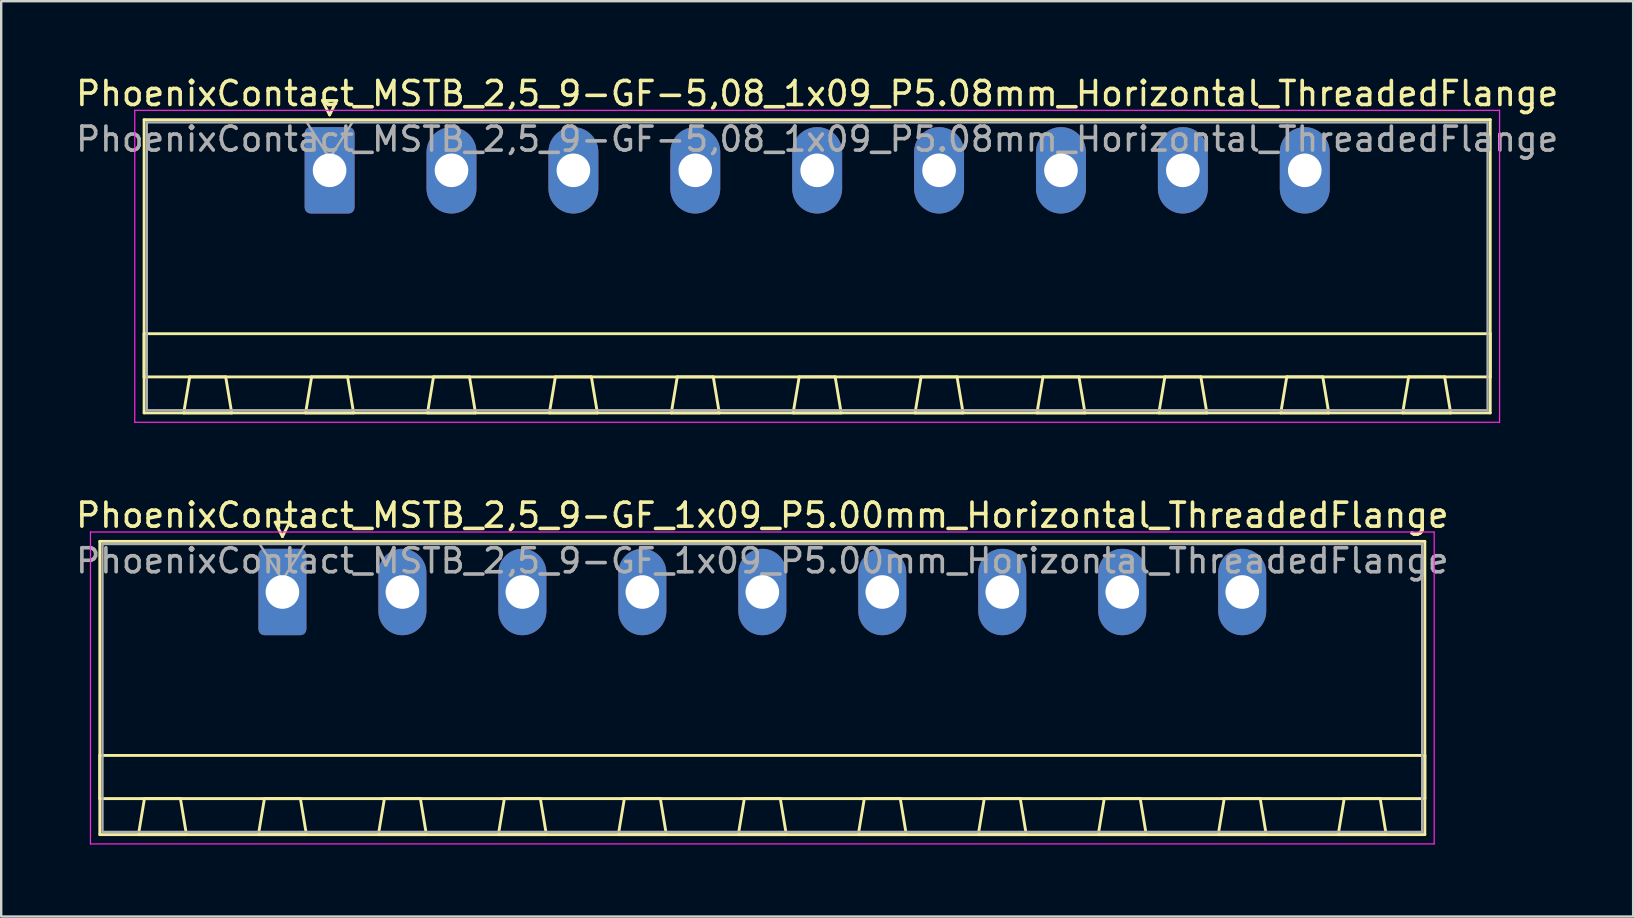
<source format=kicad_pcb>
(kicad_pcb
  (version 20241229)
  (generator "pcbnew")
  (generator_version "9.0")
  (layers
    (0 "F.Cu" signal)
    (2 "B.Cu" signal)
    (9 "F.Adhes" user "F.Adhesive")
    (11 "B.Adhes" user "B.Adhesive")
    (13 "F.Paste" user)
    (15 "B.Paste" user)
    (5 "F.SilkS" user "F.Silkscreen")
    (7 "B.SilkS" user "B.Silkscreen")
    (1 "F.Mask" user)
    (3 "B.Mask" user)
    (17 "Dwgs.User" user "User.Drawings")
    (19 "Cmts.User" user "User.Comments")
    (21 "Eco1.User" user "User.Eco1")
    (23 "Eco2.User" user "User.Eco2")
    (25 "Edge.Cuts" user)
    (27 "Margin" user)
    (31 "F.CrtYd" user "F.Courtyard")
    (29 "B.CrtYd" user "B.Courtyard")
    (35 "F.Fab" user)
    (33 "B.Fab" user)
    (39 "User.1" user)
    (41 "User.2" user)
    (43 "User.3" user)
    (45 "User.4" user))
  (footprint "PhoenixContact_MSTB_2,5_9-GF_1x09_P5.00mm_Horizontal_ThreadedFlange"
    (layer "F.Cu")
    (at 8.72 21.622)
    (property "Reference" "PhoenixContact_MSTB_2,5_9-GF_1x09_P5.00mm_Horizontal_ThreadedFlange" (at 20 -3.2 0) (layer "F.SilkS") (effects (font (size 1 1) (thickness 0.15))))
    (attr through_hole)
    (fp_line (start -7.61 -2.11) (end -7.61 10.11) (stroke (width 0.12) (type solid)) (layer "F.SilkS"))
    (fp_line (start -7.61 6.81) (end 47.61 6.81) (stroke (width 0.12) (type solid)) (layer "F.SilkS"))
    (fp_line (start -7.61 8.61) (end -7.61 6.81) (stroke (width 0.12) (type solid)) (layer "F.SilkS"))
    (fp_line (start -7.61 10.11) (end 47.61 10.11) (stroke (width 0.12) (type solid)) (layer "F.SilkS"))
    (fp_line (start -6 10.11) (end -4 10.11) (stroke (width 0.12) (type solid)) (layer "F.SilkS"))
    (fp_line (start -5.75 8.61) (end -6 10.11) (stroke (width 0.12) (type solid)) (layer "F.SilkS"))
    (fp_line (start -4.25 8.61) (end -5.75 8.61) (stroke (width 0.12) (type solid)) (layer "F.SilkS"))
    (fp_line (start -4 10.11) (end -4.25 8.61) (stroke (width 0.12) (type solid)) (layer "F.SilkS"))
    (fp_line (start -1 10.11) (end 1 10.11) (stroke (width 0.12) (type solid)) (layer "F.SilkS"))
    (fp_line (start -0.75 8.61) (end -1 10.11) (stroke (width 0.12) (type solid)) (layer "F.SilkS"))
    (fp_line (start -0.3 -2.91) (end 0.3 -2.91) (stroke (width 0.12) (type solid)) (layer "F.SilkS"))
    (fp_line (start 0 -2.31) (end -0.3 -2.91) (stroke (width 0.12) (type solid)) (layer "F.SilkS"))
    (fp_line (start 0.3 -2.91) (end 0 -2.31) (stroke (width 0.12) (type solid)) (layer "F.SilkS"))
    (fp_line (start 0.75 8.61) (end -0.75 8.61) (stroke (width 0.12) (type solid)) (layer "F.SilkS"))
    (fp_line (start 1 10.11) (end 0.75 8.61) (stroke (width 0.12) (type solid)) (layer "F.SilkS"))
    (fp_line (start 4 10.11) (end 6 10.11) (stroke (width 0.12) (type solid)) (layer "F.SilkS"))
    (fp_line (start 4.25 8.61) (end 4 10.11) (stroke (width 0.12) (type solid)) (layer "F.SilkS"))
    (fp_line (start 5.75 8.61) (end 4.25 8.61) (stroke (width 0.12) (type solid)) (layer "F.SilkS"))
    (fp_line (start 6 10.11) (end 5.75 8.61) (stroke (width 0.12) (type solid)) (layer "F.SilkS"))
    (fp_line (start 9 10.11) (end 11 10.11) (stroke (width 0.12) (type solid)) (layer "F.SilkS"))
    (fp_line (start 9.25 8.61) (end 9 10.11) (stroke (width 0.12) (type solid)) (layer "F.SilkS"))
    (fp_line (start 10.75 8.61) (end 9.25 8.61) (stroke (width 0.12) (type solid)) (layer "F.SilkS"))
    (fp_line (start 11 10.11) (end 10.75 8.61) (stroke (width 0.12) (type solid)) (layer "F.SilkS"))
    (fp_line (start 14 10.11) (end 16 10.11) (stroke (width 0.12) (type solid)) (layer "F.SilkS"))
    (fp_line (start 14.25 8.61) (end 14 10.11) (stroke (width 0.12) (type solid)) (layer "F.SilkS"))
    (fp_line (start 15.75 8.61) (end 14.25 8.61) (stroke (width 0.12) (type solid)) (layer "F.SilkS"))
    (fp_line (start 16 10.11) (end 15.75 8.61) (stroke (width 0.12) (type solid)) (layer "F.SilkS"))
    (fp_line (start 19 10.11) (end 21 10.11) (stroke (width 0.12) (type solid)) (layer "F.SilkS"))
    (fp_line (start 19.25 8.61) (end 19 10.11) (stroke (width 0.12) (type solid)) (layer "F.SilkS"))
    (fp_line (start 20.75 8.61) (end 19.25 8.61) (stroke (width 0.12) (type solid)) (layer "F.SilkS"))
    (fp_line (start 21 10.11) (end 20.75 8.61) (stroke (width 0.12) (type solid)) (layer "F.SilkS"))
    (fp_line (start 24 10.11) (end 26 10.11) (stroke (width 0.12) (type solid)) (layer "F.SilkS"))
    (fp_line (start 24.25 8.61) (end 24 10.11) (stroke (width 0.12) (type solid)) (layer "F.SilkS"))
    (fp_line (start 25.75 8.61) (end 24.25 8.61) (stroke (width 0.12) (type solid)) (layer "F.SilkS"))
    (fp_line (start 26 10.11) (end 25.75 8.61) (stroke (width 0.12) (type solid)) (layer "F.SilkS"))
    (fp_line (start 29 10.11) (end 31 10.11) (stroke (width 0.12) (type solid)) (layer "F.SilkS"))
    (fp_line (start 29.25 8.61) (end 29 10.11) (stroke (width 0.12) (type solid)) (layer "F.SilkS"))
    (fp_line (start 30.75 8.61) (end 29.25 8.61) (stroke (width 0.12) (type solid)) (layer "F.SilkS"))
    (fp_line (start 31 10.11) (end 30.75 8.61) (stroke (width 0.12) (type solid)) (layer "F.SilkS"))
    (fp_line (start 34 10.11) (end 36 10.11) (stroke (width 0.12) (type solid)) (layer "F.SilkS"))
    (fp_line (start 34.25 8.61) (end 34 10.11) (stroke (width 0.12) (type solid)) (layer "F.SilkS"))
    (fp_line (start 35.75 8.61) (end 34.25 8.61) (stroke (width 0.12) (type solid)) (layer "F.SilkS"))
    (fp_line (start 36 10.11) (end 35.75 8.61) (stroke (width 0.12) (type solid)) (layer "F.SilkS"))
    (fp_line (start 39 10.11) (end 41 10.11) (stroke (width 0.12) (type solid)) (layer "F.SilkS"))
    (fp_line (start 39.25 8.61) (end 39 10.11) (stroke (width 0.12) (type solid)) (layer "F.SilkS"))
    (fp_line (start 40.75 8.61) (end 39.25 8.61) (stroke (width 0.12) (type solid)) (layer "F.SilkS"))
    (fp_line (start 41 10.11) (end 40.75 8.61) (stroke (width 0.12) (type solid)) (layer "F.SilkS"))
    (fp_line (start 44 10.11) (end 46 10.11) (stroke (width 0.12) (type solid)) (layer "F.SilkS"))
    (fp_line (start 44.25 8.61) (end 44 10.11) (stroke (width 0.12) (type solid)) (layer "F.SilkS"))
    (fp_line (start 45.75 8.61) (end 44.25 8.61) (stroke (width 0.12) (type solid)) (layer "F.SilkS"))
    (fp_line (start 46 10.11) (end 45.75 8.61) (stroke (width 0.12) (type solid)) (layer "F.SilkS"))
    (fp_line (start 47.61 -2.11) (end -7.61 -2.11) (stroke (width 0.12) (type solid)) (layer "F.SilkS"))
    (fp_line (start 47.61 6.81) (end 47.61 8.61) (stroke (width 0.12) (type solid)) (layer "F.SilkS"))
    (fp_line (start 47.61 8.61) (end -7.61 8.61) (stroke (width 0.12) (type solid)) (layer "F.SilkS"))
    (fp_line (start 47.61 10.11) (end 47.61 -2.11) (stroke (width 0.12) (type solid)) (layer "F.SilkS"))
    (fp_line (start -8 -2.5) (end -8 10.5) (stroke (width 0.05) (type solid)) (layer "F.CrtYd"))
    (fp_line (start -8 10.5) (end 48 10.5) (stroke (width 0.05) (type solid)) (layer "F.CrtYd"))
    (fp_line (start 48 -2.5) (end -8 -2.5) (stroke (width 0.05) (type solid)) (layer "F.CrtYd"))
    (fp_line (start 48 10.5) (end 48 -2.5) (stroke (width 0.05) (type solid)) (layer "F.CrtYd"))
    (fp_line (start -7.5 -2) (end -7.5 10) (stroke (width 0.1) (type solid)) (layer "F.Fab"))
    (fp_line (start -7.5 10) (end 47.5 10) (stroke (width 0.1) (type solid)) (layer "F.Fab"))
    (fp_line (start 0 -0.5) (end -0.95 -2) (stroke (width 0.1) (type solid)) (layer "F.Fab"))
    (fp_line (start 0.95 -2) (end 0 -0.5) (stroke (width 0.1) (type solid)) (layer "F.Fab"))
    (fp_line (start 47.5 -2) (end -7.5 -2) (stroke (width 0.1) (type solid)) (layer "F.Fab"))
    (fp_line (start 47.5 10) (end 47.5 -2) (stroke (width 0.1) (type solid)) (layer "F.Fab"))
    (fp_text user "${REFERENCE}" (at 20 -1.3 0) (layer "F.Fab") (effects (font (size 1 1) (thickness 0.15))))
    (pad "1" thru_hole roundrect (at 0 0) (size 2 3.6) (drill 1.4) (layers "*.Cu" "*.Mask") (roundrect_rratio 0.125))
    (pad "2" thru_hole oval (at 5 0) (size 2 3.6) (drill 1.4) (layers "*.Cu" "*.Mask"))
    (pad "3" thru_hole oval (at 10 0) (size 2 3.6) (drill 1.4) (layers "*.Cu" "*.Mask"))
    (pad "4" thru_hole oval (at 15 0) (size 2 3.6) (drill 1.4) (layers "*.Cu" "*.Mask"))
    (pad "5" thru_hole oval (at 20 0) (size 2 3.6) (drill 1.4) (layers "*.Cu" "*.Mask"))
    (pad "6" thru_hole oval (at 25 0) (size 2 3.6) (drill 1.4) (layers "*.Cu" "*.Mask"))
    (pad "7" thru_hole oval (at 30 0) (size 2 3.6) (drill 1.4) (layers "*.Cu" "*.Mask"))
    (pad "8" thru_hole oval (at 35 0) (size 2 3.6) (drill 1.4) (layers "*.Cu" "*.Mask"))
    (pad "9" thru_hole oval (at 40 0) (size 2 3.6) (drill 1.4) (layers "*.Cu" "*.Mask")))
  (footprint "PhoenixContact_MSTB_2,5_9-GF-5,08_1x09_P5.08mm_Horizontal_ThreadedFlange"
    (layer "F.Cu")
    (at 10.686 4.048)
    (property "Reference" "PhoenixContact_MSTB_2,5_9-GF-5,08_1x09_P5.08mm_Horizontal_ThreadedFlange" (at 20.32 -3.2 0) (layer "F.SilkS") (effects (font (size 1 1) (thickness 0.15))))
    (attr through_hole)
    (fp_line (start -7.73 -2.11) (end -7.73 10.11) (stroke (width 0.12) (type solid)) (layer "F.SilkS"))
    (fp_line (start -7.73 6.81) (end 48.37 6.81) (stroke (width 0.12) (type solid)) (layer "F.SilkS"))
    (fp_line (start -7.73 8.61) (end -7.73 6.81) (stroke (width 0.12) (type solid)) (layer "F.SilkS"))
    (fp_line (start -7.73 10.11) (end 48.37 10.11) (stroke (width 0.12) (type solid)) (layer "F.SilkS"))
    (fp_line (start -6.08 10.11) (end -4.08 10.11) (stroke (width 0.12) (type solid)) (layer "F.SilkS"))
    (fp_line (start -5.83 8.61) (end -6.08 10.11) (stroke (width 0.12) (type solid)) (layer "F.SilkS"))
    (fp_line (start -4.33 8.61) (end -5.83 8.61) (stroke (width 0.12) (type solid)) (layer "F.SilkS"))
    (fp_line (start -4.08 10.11) (end -4.33 8.61) (stroke (width 0.12) (type solid)) (layer "F.SilkS"))
    (fp_line (start -1 10.11) (end 1 10.11) (stroke (width 0.12) (type solid)) (layer "F.SilkS"))
    (fp_line (start -0.75 8.61) (end -1 10.11) (stroke (width 0.12) (type solid)) (layer "F.SilkS"))
    (fp_line (start -0.3 -2.91) (end 0.3 -2.91) (stroke (width 0.12) (type solid)) (layer "F.SilkS"))
    (fp_line (start 0 -2.31) (end -0.3 -2.91) (stroke (width 0.12) (type solid)) (layer "F.SilkS"))
    (fp_line (start 0.3 -2.91) (end 0 -2.31) (stroke (width 0.12) (type solid)) (layer "F.SilkS"))
    (fp_line (start 0.75 8.61) (end -0.75 8.61) (stroke (width 0.12) (type solid)) (layer "F.SilkS"))
    (fp_line (start 1 10.11) (end 0.75 8.61) (stroke (width 0.12) (type solid)) (layer "F.SilkS"))
    (fp_line (start 4.08 10.11) (end 6.08 10.11) (stroke (width 0.12) (type solid)) (layer "F.SilkS"))
    (fp_line (start 4.33 8.61) (end 4.08 10.11) (stroke (width 0.12) (type solid)) (layer "F.SilkS"))
    (fp_line (start 5.83 8.61) (end 4.33 8.61) (stroke (width 0.12) (type solid)) (layer "F.SilkS"))
    (fp_line (start 6.08 10.11) (end 5.83 8.61) (stroke (width 0.12) (type solid)) (layer "F.SilkS"))
    (fp_line (start 9.16 10.11) (end 11.16 10.11) (stroke (width 0.12) (type solid)) (layer "F.SilkS"))
    (fp_line (start 9.41 8.61) (end 9.16 10.11) (stroke (width 0.12) (type solid)) (layer "F.SilkS"))
    (fp_line (start 10.91 8.61) (end 9.41 8.61) (stroke (width 0.12) (type solid)) (layer "F.SilkS"))
    (fp_line (start 11.16 10.11) (end 10.91 8.61) (stroke (width 0.12) (type solid)) (layer "F.SilkS"))
    (fp_line (start 14.24 10.11) (end 16.24 10.11) (stroke (width 0.12) (type solid)) (layer "F.SilkS"))
    (fp_line (start 14.49 8.61) (end 14.24 10.11) (stroke (width 0.12) (type solid)) (layer "F.SilkS"))
    (fp_line (start 15.99 8.61) (end 14.49 8.61) (stroke (width 0.12) (type solid)) (layer "F.SilkS"))
    (fp_line (start 16.24 10.11) (end 15.99 8.61) (stroke (width 0.12) (type solid)) (layer "F.SilkS"))
    (fp_line (start 19.32 10.11) (end 21.32 10.11) (stroke (width 0.12) (type solid)) (layer "F.SilkS"))
    (fp_line (start 19.57 8.61) (end 19.32 10.11) (stroke (width 0.12) (type solid)) (layer "F.SilkS"))
    (fp_line (start 21.07 8.61) (end 19.57 8.61) (stroke (width 0.12) (type solid)) (layer "F.SilkS"))
    (fp_line (start 21.32 10.11) (end 21.07 8.61) (stroke (width 0.12) (type solid)) (layer "F.SilkS"))
    (fp_line (start 24.4 10.11) (end 26.4 10.11) (stroke (width 0.12) (type solid)) (layer "F.SilkS"))
    (fp_line (start 24.65 8.61) (end 24.4 10.11) (stroke (width 0.12) (type solid)) (layer "F.SilkS"))
    (fp_line (start 26.15 8.61) (end 24.65 8.61) (stroke (width 0.12) (type solid)) (layer "F.SilkS"))
    (fp_line (start 26.4 10.11) (end 26.15 8.61) (stroke (width 0.12) (type solid)) (layer "F.SilkS"))
    (fp_line (start 29.48 10.11) (end 31.48 10.11) (stroke (width 0.12) (type solid)) (layer "F.SilkS"))
    (fp_line (start 29.73 8.61) (end 29.48 10.11) (stroke (width 0.12) (type solid)) (layer "F.SilkS"))
    (fp_line (start 31.23 8.61) (end 29.73 8.61) (stroke (width 0.12) (type solid)) (layer "F.SilkS"))
    (fp_line (start 31.48 10.11) (end 31.23 8.61) (stroke (width 0.12) (type solid)) (layer "F.SilkS"))
    (fp_line (start 34.56 10.11) (end 36.56 10.11) (stroke (width 0.12) (type solid)) (layer "F.SilkS"))
    (fp_line (start 34.81 8.61) (end 34.56 10.11) (stroke (width 0.12) (type solid)) (layer "F.SilkS"))
    (fp_line (start 36.31 8.61) (end 34.81 8.61) (stroke (width 0.12) (type solid)) (layer "F.SilkS"))
    (fp_line (start 36.56 10.11) (end 36.31 8.61) (stroke (width 0.12) (type solid)) (layer "F.SilkS"))
    (fp_line (start 39.64 10.11) (end 41.64 10.11) (stroke (width 0.12) (type solid)) (layer "F.SilkS"))
    (fp_line (start 39.89 8.61) (end 39.64 10.11) (stroke (width 0.12) (type solid)) (layer "F.SilkS"))
    (fp_line (start 41.39 8.61) (end 39.89 8.61) (stroke (width 0.12) (type solid)) (layer "F.SilkS"))
    (fp_line (start 41.64 10.11) (end 41.39 8.61) (stroke (width 0.12) (type solid)) (layer "F.SilkS"))
    (fp_line (start 44.72 10.11) (end 46.72 10.11) (stroke (width 0.12) (type solid)) (layer "F.SilkS"))
    (fp_line (start 44.97 8.61) (end 44.72 10.11) (stroke (width 0.12) (type solid)) (layer "F.SilkS"))
    (fp_line (start 46.47 8.61) (end 44.97 8.61) (stroke (width 0.12) (type solid)) (layer "F.SilkS"))
    (fp_line (start 46.72 10.11) (end 46.47 8.61) (stroke (width 0.12) (type solid)) (layer "F.SilkS"))
    (fp_line (start 48.37 -2.11) (end -7.73 -2.11) (stroke (width 0.12) (type solid)) (layer "F.SilkS"))
    (fp_line (start 48.37 6.81) (end 48.37 8.61) (stroke (width 0.12) (type solid)) (layer "F.SilkS"))
    (fp_line (start 48.37 8.61) (end -7.73 8.61) (stroke (width 0.12) (type solid)) (layer "F.SilkS"))
    (fp_line (start 48.37 10.11) (end 48.37 -2.11) (stroke (width 0.12) (type solid)) (layer "F.SilkS"))
    (fp_line (start -8.12 -2.5) (end -8.12 10.5) (stroke (width 0.05) (type solid)) (layer "F.CrtYd"))
    (fp_line (start -8.12 10.5) (end 48.76 10.5) (stroke (width 0.05) (type solid)) (layer "F.CrtYd"))
    (fp_line (start 48.76 -2.5) (end -8.12 -2.5) (stroke (width 0.05) (type solid)) (layer "F.CrtYd"))
    (fp_line (start 48.76 10.5) (end 48.76 -2.5) (stroke (width 0.05) (type solid)) (layer "F.CrtYd"))
    (fp_line (start -7.62 -2) (end -7.62 10) (stroke (width 0.1) (type solid)) (layer "F.Fab"))
    (fp_line (start -7.62 10) (end 48.26 10) (stroke (width 0.1) (type solid)) (layer "F.Fab"))
    (fp_line (start 0 -0.5) (end -0.95 -2) (stroke (width 0.1) (type solid)) (layer "F.Fab"))
    (fp_line (start 0.95 -2) (end 0 -0.5) (stroke (width 0.1) (type solid)) (layer "F.Fab"))
    (fp_line (start 48.26 -2) (end -7.62 -2) (stroke (width 0.1) (type solid)) (layer "F.Fab"))
    (fp_line (start 48.26 10) (end 48.26 -2) (stroke (width 0.1) (type solid)) (layer "F.Fab"))
    (fp_text user "${REFERENCE}" (at 20.32 -1.3 0) (layer "F.Fab") (effects (font (size 1 1) (thickness 0.15))))
    (pad "1" thru_hole roundrect (at 0 0) (size 2.08 3.6) (drill 1.4) (layers "*.Cu" "*.Mask") (roundrect_rratio 0.12))
    (pad "2" thru_hole oval (at 5.08 0) (size 2.08 3.6) (drill 1.4) (layers "*.Cu" "*.Mask"))
    (pad "3" thru_hole oval (at 10.16 0) (size 2.08 3.6) (drill 1.4) (layers "*.Cu" "*.Mask"))
    (pad "4" thru_hole oval (at 15.24 0) (size 2.08 3.6) (drill 1.4) (layers "*.Cu" "*.Mask"))
    (pad "5" thru_hole oval (at 20.32 0) (size 2.08 3.6) (drill 1.4) (layers "*.Cu" "*.Mask"))
    (pad "6" thru_hole oval (at 25.4 0) (size 2.08 3.6) (drill 1.4) (layers "*.Cu" "*.Mask"))
    (pad "7" thru_hole oval (at 30.48 0) (size 2.08 3.6) (drill 1.4) (layers "*.Cu" "*.Mask"))
    (pad "8" thru_hole oval (at 35.56 0) (size 2.08 3.6) (drill 1.4) (layers "*.Cu" "*.Mask"))
    (pad "9" thru_hole oval (at 40.64 0) (size 2.08 3.6) (drill 1.4) (layers "*.Cu" "*.Mask")))
  (gr_rect
    (start -3 -3)
    (end 65.012 35.147)
    (stroke (width 0.1) (type default))
    (fill no)
    (layer "Edge.Cuts")))
</source>
